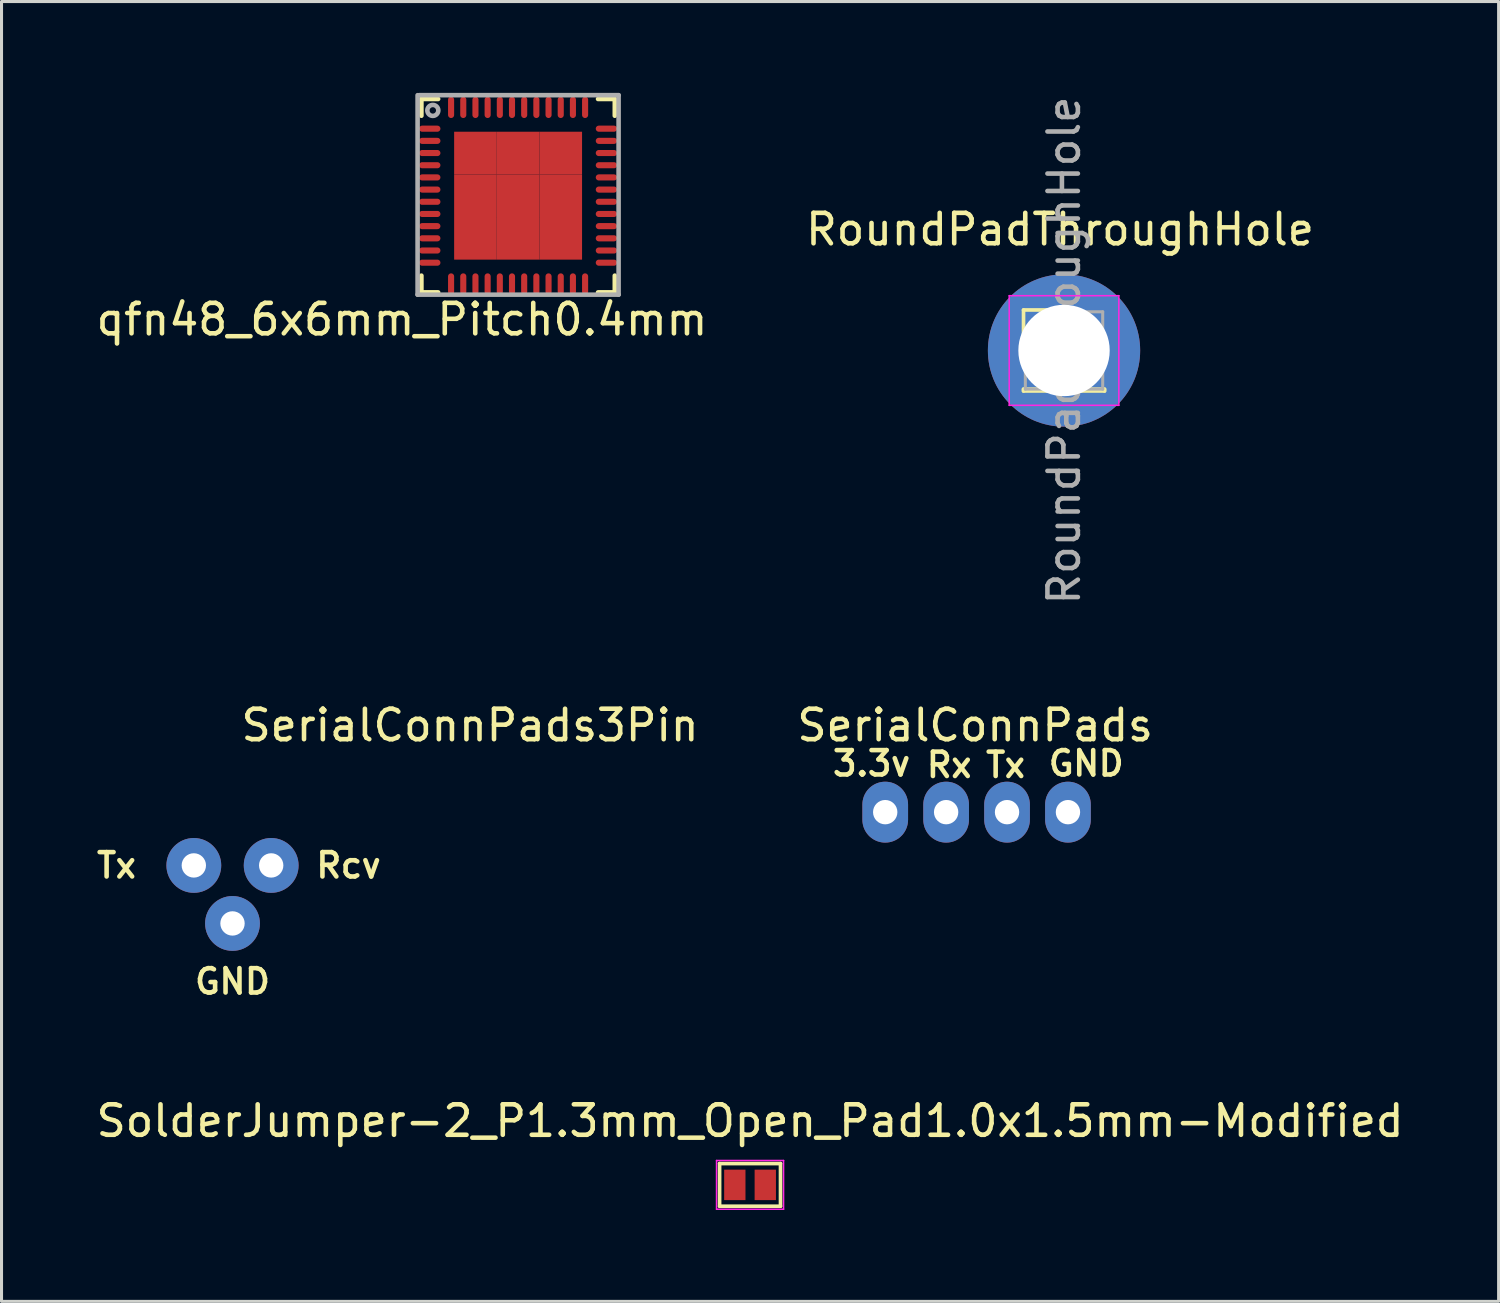
<source format=kicad_pcb>
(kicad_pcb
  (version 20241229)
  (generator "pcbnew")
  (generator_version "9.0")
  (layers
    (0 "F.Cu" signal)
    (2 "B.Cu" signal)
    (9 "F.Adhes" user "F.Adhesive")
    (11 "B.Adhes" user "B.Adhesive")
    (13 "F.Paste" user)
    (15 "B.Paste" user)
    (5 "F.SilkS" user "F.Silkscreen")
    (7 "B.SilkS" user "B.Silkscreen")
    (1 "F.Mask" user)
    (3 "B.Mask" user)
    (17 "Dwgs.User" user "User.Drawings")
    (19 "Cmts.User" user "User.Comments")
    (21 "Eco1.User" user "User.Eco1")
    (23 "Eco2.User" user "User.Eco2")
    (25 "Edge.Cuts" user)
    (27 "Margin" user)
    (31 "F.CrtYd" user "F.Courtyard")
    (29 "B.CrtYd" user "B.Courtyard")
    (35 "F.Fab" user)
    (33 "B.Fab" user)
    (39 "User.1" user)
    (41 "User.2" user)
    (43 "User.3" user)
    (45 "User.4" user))
  (footprint "SolderJumper-2_P1.3mm_Open_Pad1.0x1.5mm-Modified"
    (layer "F.Cu")
    (at 21.577 35.854)
    (property "Reference" "SolderJumper-2_P1.3mm_Open_Pad1.0x1.5mm-Modified" (at 0 -2.1 0) (layer "F.SilkS") (effects (font (size 1 1) (thickness 0.15))))
    (attr exclude_from_pos_files exclude_from_bom)
    (fp_line (start -1 -0.7) (end 1 -0.7) (stroke (width 0.12) (type solid)) (layer "F.SilkS"))
    (fp_line (start -1 0.7) (end -1 -0.7) (stroke (width 0.12) (type solid)) (layer "F.SilkS"))
    (fp_line (start 1 -0.7) (end 1 0.7) (stroke (width 0.12) (type solid)) (layer "F.SilkS"))
    (fp_line (start 1 0.7) (end -1 0.7) (stroke (width 0.12) (type solid)) (layer "F.SilkS"))
    (fp_line (start -1.1 -0.8) (end -1.1 0.8) (stroke (width 0.05) (type solid)) (layer "F.CrtYd"))
    (fp_line (start -1.1 -0.8) (end 1.1 -0.8) (stroke (width 0.05) (type solid)) (layer "F.CrtYd"))
    (fp_line (start 1.1 0.8) (end -1.1 0.8) (stroke (width 0.05) (type solid)) (layer "F.CrtYd"))
    (fp_line (start 1.1 0.8) (end 1.1 -0.8) (stroke (width 0.05) (type solid)) (layer "F.CrtYd"))
    (pad "1" smd rect (at -0.5 0) (size 0.7 1) (layers "F.Cu" "F.Mask"))
    (pad "2" smd rect (at 0.5 0) (size 0.7 1) (layers "F.Cu" "F.Mask")))
  (footprint "qfn48_6x6mm_Pitch0.4mm"
    (layer "F.Cu")
    (at 13.961 3.375)
    (property "Reference" "qfn48_6x6mm_Pitch0.4mm" (at -3.812 4.064 0) (layer "F.SilkS") (effects (font (size 1 1) (thickness 0.15))))
    (attr smd)
    (fp_line (start -3.175 -3.175) (end -3.175 -2.625) (stroke (width 0.15) (type solid)) (layer "F.SilkS"))
    (fp_line (start -3.175 -3.175) (end -2.625 -3.175) (stroke (width 0.15) (type solid)) (layer "F.SilkS"))
    (fp_line (start -3.175 3.175) (end -3.175 2.625) (stroke (width 0.15) (type solid)) (layer "F.SilkS"))
    (fp_line (start -3.175 3.175) (end -2.625 3.175) (stroke (width 0.15) (type solid)) (layer "F.SilkS"))
    (fp_line (start 3.175 -3.175) (end 2.625 -3.175) (stroke (width 0.15) (type solid)) (layer "F.SilkS"))
    (fp_line (start 3.175 -3.175) (end 3.175 -2.625) (stroke (width 0.15) (type solid)) (layer "F.SilkS"))
    (fp_line (start 3.175 3.175) (end 2.625 3.175) (stroke (width 0.15) (type solid)) (layer "F.SilkS"))
    (fp_line (start 3.175 3.175) (end 3.175 2.625) (stroke (width 0.15) (type solid)) (layer "F.SilkS"))
    (fp_line (start -3.3 3.25) (end -3.3 -3.3) (stroke (width 0.15) (type solid)) (layer "F.Fab"))
    (fp_line (start -3.25 -3.3) (end 3.3 -3.3) (stroke (width 0.15) (type solid)) (layer "F.Fab"))
    (fp_line (start 3.3 -3.3) (end 3.3 3.25) (stroke (width 0.15) (type solid)) (layer "F.Fab"))
    (fp_line (start 3.3 3.25) (end -3.3 3.25) (stroke (width 0.15) (type solid)) (layer "F.Fab"))
    (fp_circle (center -2.8 -2.8) (end -2.65 -2.7) (stroke (width 0.15) (type solid)) (fill no) (layer "F.Fab"))
    (pad "1" smd oval (at -2.9 -2.2) (size 0.7 0.2) (layers "F.Cu" "F.Mask" "F.Paste"))
    (pad "2" smd oval (at -2.9 -1.8) (size 0.7 0.2) (layers "F.Cu" "F.Mask" "F.Paste"))
    (pad "3" smd oval (at -2.9 -1.4) (size 0.7 0.2) (layers "F.Cu" "F.Mask" "F.Paste"))
    (pad "4" smd oval (at -2.9 -1) (size 0.7 0.2) (layers "F.Cu" "F.Mask" "F.Paste"))
    (pad "5" smd oval (at -2.9 -0.6) (size 0.7 0.2) (layers "F.Cu" "F.Mask" "F.Paste"))
    (pad "6" smd oval (at -2.9 -0.2) (size 0.7 0.2) (layers "F.Cu" "F.Mask" "F.Paste"))
    (pad "7" smd oval (at -2.9 0.2) (size 0.7 0.2) (layers "F.Cu" "F.Mask" "F.Paste"))
    (pad "8" smd oval (at -2.9 0.6) (size 0.7 0.2) (layers "F.Cu" "F.Mask" "F.Paste"))
    (pad "9" smd oval (at -2.9 1) (size 0.7 0.2) (layers "F.Cu" "F.Mask" "F.Paste"))
    (pad "10" smd oval (at -2.9 1.4) (size 0.7 0.2) (layers "F.Cu" "F.Mask" "F.Paste"))
    (pad "11" smd oval (at -2.9 1.8) (size 0.7 0.2) (layers "F.Cu" "F.Mask" "F.Paste"))
    (pad "12" smd oval (at -2.9 2.2) (size 0.7 0.2) (layers "F.Cu" "F.Mask" "F.Paste"))
    (pad "13" smd oval (at -2.2 2.9 90) (size 0.7 0.2) (layers "F.Cu" "F.Mask" "F.Paste"))
    (pad "14" smd oval (at -1.8 2.9 90) (size 0.7 0.2) (layers "F.Cu" "F.Mask" "F.Paste"))
    (pad "15" smd oval (at -1.4 2.9 90) (size 0.7 0.2) (layers "F.Cu" "F.Mask" "F.Paste"))
    (pad "16" smd oval (at -1 2.9 90) (size 0.7 0.2) (layers "F.Cu" "F.Mask" "F.Paste"))
    (pad "17" smd oval (at -0.6 2.9 90) (size 0.7 0.2) (layers "F.Cu" "F.Mask" "F.Paste"))
    (pad "18" smd oval (at -0.2 2.9 90) (size 0.7 0.2) (layers "F.Cu" "F.Mask" "F.Paste"))
    (pad "19" smd oval (at 0.2 2.9 90) (size 0.7 0.2) (layers "F.Cu" "F.Mask" "F.Paste"))
    (pad "20" smd oval (at 0.6 2.9 90) (size 0.7 0.2) (layers "F.Cu" "F.Mask" "F.Paste"))
    (pad "21" smd oval (at 1 2.9 90) (size 0.7 0.2) (layers "F.Cu" "F.Mask" "F.Paste"))
    (pad "22" smd oval (at 1.4 2.9 90) (size 0.7 0.2) (layers "F.Cu" "F.Mask" "F.Paste"))
    (pad "23" smd oval (at 1.8 2.9 90) (size 0.7 0.2) (layers "F.Cu" "F.Mask" "F.Paste"))
    (pad "24" smd oval (at 2.2 2.9 90) (size 0.7 0.2) (layers "F.Cu" "F.Mask" "F.Paste"))
    (pad "25" smd oval (at 2.9 2.2) (size 0.7 0.2) (layers "F.Cu" "F.Mask" "F.Paste"))
    (pad "26" smd oval (at 2.9 1.8) (size 0.7 0.2) (layers "F.Cu" "F.Mask" "F.Paste"))
    (pad "27" smd oval (at 2.9 1.4) (size 0.7 0.2) (layers "F.Cu" "F.Mask" "F.Paste"))
    (pad "28" smd oval (at 2.9 1) (size 0.7 0.2) (layers "F.Cu" "F.Mask" "F.Paste"))
    (pad "29" smd oval (at 2.9 0.6) (size 0.7 0.2) (layers "F.Cu" "F.Mask" "F.Paste"))
    (pad "30" smd oval (at 2.9 0.2) (size 0.7 0.2) (layers "F.Cu" "F.Mask" "F.Paste"))
    (pad "31" smd oval (at 2.9 -0.2) (size 0.7 0.2) (layers "F.Cu" "F.Mask" "F.Paste"))
    (pad "32" smd oval (at 2.9 -0.6) (size 0.7 0.2) (layers "F.Cu" "F.Mask" "F.Paste"))
    (pad "33" smd oval (at 2.9 -1) (size 0.7 0.2) (layers "F.Cu" "F.Mask" "F.Paste"))
    (pad "34" smd oval (at 2.9 -1.4) (size 0.7 0.2) (layers "F.Cu" "F.Mask" "F.Paste"))
    (pad "35" smd oval (at 2.9 -1.8) (size 0.7 0.2) (layers "F.Cu" "F.Mask" "F.Paste"))
    (pad "36" smd oval (at 2.9 -2.2) (size 0.7 0.2) (layers "F.Cu" "F.Mask" "F.Paste"))
    (pad "37" smd oval (at 2.2 -2.9 90) (size 0.7 0.2) (layers "F.Cu" "F.Mask" "F.Paste"))
    (pad "38" smd oval (at 1.8 -2.9 90) (size 0.7 0.2) (layers "F.Cu" "F.Mask" "F.Paste"))
    (pad "39" smd oval (at 1.4 -2.9 90) (size 0.7 0.2) (layers "F.Cu" "F.Mask" "F.Paste"))
    (pad "40" smd oval (at 1 -2.9 90) (size 0.7 0.2) (layers "F.Cu" "F.Mask" "F.Paste"))
    (pad "41" smd oval (at 0.6 -2.9 90) (size 0.7 0.2) (layers "F.Cu" "F.Mask" "F.Paste"))
    (pad "42" smd oval (at 0.2 -2.9 90) (size 0.7 0.2) (layers "F.Cu" "F.Mask" "F.Paste"))
    (pad "43" smd oval (at -0.2 -2.9 90) (size 0.7 0.2) (layers "F.Cu" "F.Mask" "F.Paste"))
    (pad "44" smd oval (at -0.6 -2.9 90) (size 0.7 0.2) (layers "F.Cu" "F.Mask" "F.Paste"))
    (pad "45" smd oval (at -1 -2.9 90) (size 0.7 0.2) (layers "F.Cu" "F.Mask" "F.Paste"))
    (pad "46" smd oval (at -1.4 -2.9 90) (size 0.7 0.2) (layers "F.Cu" "F.Mask" "F.Paste"))
    (pad "47" smd oval (at -1.8 -2.9 90) (size 0.7 0.2) (layers "F.Cu" "F.Mask" "F.Paste"))
    (pad "48" smd oval (at -2.2 -2.9 90) (size 0.7 0.2) (layers "F.Cu" "F.Mask" "F.Paste"))
    (pad "49" smd rect (at -1.4 -1.4) (size 1.4 1.4) (layers "F.Cu" "F.Mask" "F.Paste"))
    (pad "49" smd rect (at -1.4 0) (size 1.4 1.4) (layers "F.Cu" "F.Mask" "F.Paste"))
    (pad "49" smd rect (at -1.4 1.4) (size 1.4 1.4) (layers "F.Cu" "F.Mask" "F.Paste"))
    (pad "49" smd rect (at 0 -1.4) (size 1.4 1.4) (layers "F.Cu" "F.Mask" "F.Paste"))
    (pad "49" smd rect (at 0 0) (size 1.4 1.4) (layers "F.Cu" "F.Mask" "F.Paste"))
    (pad "49" smd rect (at 0 1.4) (size 1.4 1.4) (layers "F.Cu" "F.Mask" "F.Paste"))
    (pad "49" smd rect (at 1.4 -1.4) (size 1.4 1.4) (layers "F.Cu" "F.Mask" "F.Paste"))
    (pad "49" smd rect (at 1.4 0) (size 1.4 1.4) (layers "F.Cu" "F.Mask" "F.Paste"))
    (pad "49" smd rect (at 1.4 1.4) (size 1.4 1.4) (layers "F.Cu" "F.Mask" "F.Paste")))
  (footprint "SerialConnPads"
    (layer "F.Cu")
    (at 29.015 23.616)
    (property "Reference" "SerialConnPads" (at -0.048 -2.851 0) (layer "F.SilkS") (effects (font (size 1 1) (thickness 0.15))))
    (attr through_hole)
    (fp_text user "GND" (at 3.6 -1.6 180) (layer "F.SilkS") (effects (font (size 0.8 0.8) (thickness 0.15))))
    (fp_text user "3.3v" (at -3.45 -1.6 180) (layer "F.SilkS") (effects (font (size 0.8 0.8) (thickness 0.15))))
    (fp_text user "Tx" (at 0.95 -1.55 180) (layer "F.SilkS") (effects (font (size 0.8 0.8) (thickness 0.15))))
    (fp_text user "Rx" (at -0.9 -1.55 0) (layer "F.SilkS") (effects (font (size 0.8 0.8) (thickness 0.15))))
    (pad "1" thru_hole oval (at -3 0) (size 1.5 2) (drill 0.8) (layers "*.Cu" "*.Mask"))
    (pad "2" thru_hole oval (at -1 0) (size 1.5 2) (drill 0.8) (layers "*.Cu" "*.Mask"))
    (pad "3" thru_hole oval (at 1 0) (size 1.5 2) (drill 0.8) (layers "*.Cu" "*.Mask"))
    (pad "4" thru_hole oval (at 3 0) (size 1.5 2) (drill 0.8) (layers "*.Cu" "*.Mask")))
  (footprint "RoundPadThroughHole"
    (layer "F.Cu")
    (at 31.886 8.458)
    (property "Reference" "RoundPadThroughHole" (at -0.13 -3.975 0) (layer "F.SilkS") (effects (font (size 1 1) (thickness 0.15))))
    (attr through_hole)
    (fp_line (start -1.33 -1.33) (end 0 -1.33) (stroke (width 0.12) (type solid)) (layer "F.SilkS"))
    (fp_line (start -1.33 0) (end -1.33 -1.33) (stroke (width 0.12) (type solid)) (layer "F.SilkS"))
    (fp_line (start -1.33 1.27) (end -1.33 1.33) (stroke (width 0.12) (type solid)) (layer "F.SilkS"))
    (fp_line (start -1.33 1.27) (end 1.33 1.27) (stroke (width 0.12) (type solid)) (layer "F.SilkS"))
    (fp_line (start -1.33 1.33) (end 1.33 1.33) (stroke (width 0.12) (type solid)) (layer "F.SilkS"))
    (fp_line (start 1.33 1.27) (end 1.33 1.33) (stroke (width 0.12) (type solid)) (layer "F.SilkS"))
    (fp_line (start -1.8 -1.8) (end -1.8 1.8) (stroke (width 0.05) (type solid)) (layer "F.CrtYd"))
    (fp_line (start -1.8 1.8) (end 1.8 1.8) (stroke (width 0.05) (type solid)) (layer "F.CrtYd"))
    (fp_line (start 1.8 -1.8) (end -1.8 -1.8) (stroke (width 0.05) (type solid)) (layer "F.CrtYd"))
    (fp_line (start 1.8 1.8) (end 1.8 -1.8) (stroke (width 0.05) (type solid)) (layer "F.CrtYd"))
    (fp_line (start -1.27 -0.635) (end -0.635 -1.27) (stroke (width 0.1) (type solid)) (layer "F.Fab"))
    (fp_line (start -1.27 1.27) (end -1.27 -0.635) (stroke (width 0.1) (type solid)) (layer "F.Fab"))
    (fp_line (start -0.635 -1.27) (end 1.27 -1.27) (stroke (width 0.1) (type solid)) (layer "F.Fab"))
    (fp_line (start 1.27 -1.27) (end 1.27 1.27) (stroke (width 0.1) (type solid)) (layer "F.Fab"))
    (fp_line (start 1.27 1.27) (end -1.27 1.27) (stroke (width 0.1) (type solid)) (layer "F.Fab"))
    (fp_text user "${REFERENCE}" (at 0 0 270) (layer "F.Fab") (effects (font (size 1 1) (thickness 0.15))))
    (pad "1" thru_hole circle (at 0 0) (size 5 5) (drill 3) (layers "*.Cu" "*.Mask")))
  (footprint "SerialConnPads3Pin"
    (layer "F.Cu")
    (at 4.584 25.365)
    (property "Reference" "SerialConnPads3Pin" (at 7.8 -4.6 0) (layer "F.SilkS") (effects (font (size 1 1) (thickness 0.15))))
    (attr through_hole)
    (fp_text user "GND" (at 0 3.81 180) (layer "F.SilkS") (effects (font (size 0.8 0.8) (thickness 0.15))))
    (fp_text user "Tx" (at -3.81 0 180) (layer "F.SilkS") (effects (font (size 0.8 0.8) (thickness 0.15))))
    (fp_text user "Rcv" (at 3.81 0 180) (layer "F.SilkS") (effects (font (size 0.8 0.8) (thickness 0.15))))
    (pad "1" thru_hole circle (at -1.27 0) (size 1.8 1.8) (drill 0.8) (layers "*.Cu" "*.Mask"))
    (pad "2" thru_hole circle (at 1.27 0) (size 1.8 1.8) (drill 0.8) (layers "*.Cu" "*.Mask"))
    (pad "3" thru_hole circle (at 0 1.905) (size 1.8 1.8) (drill 0.8) (layers "*.Cu" "*.Mask")))
  (gr_rect
    (start -3 -3)
    (end 46.155 39.679)
    (stroke (width 0.1) (type default))
    (fill no)
    (layer "Edge.Cuts")))
</source>
